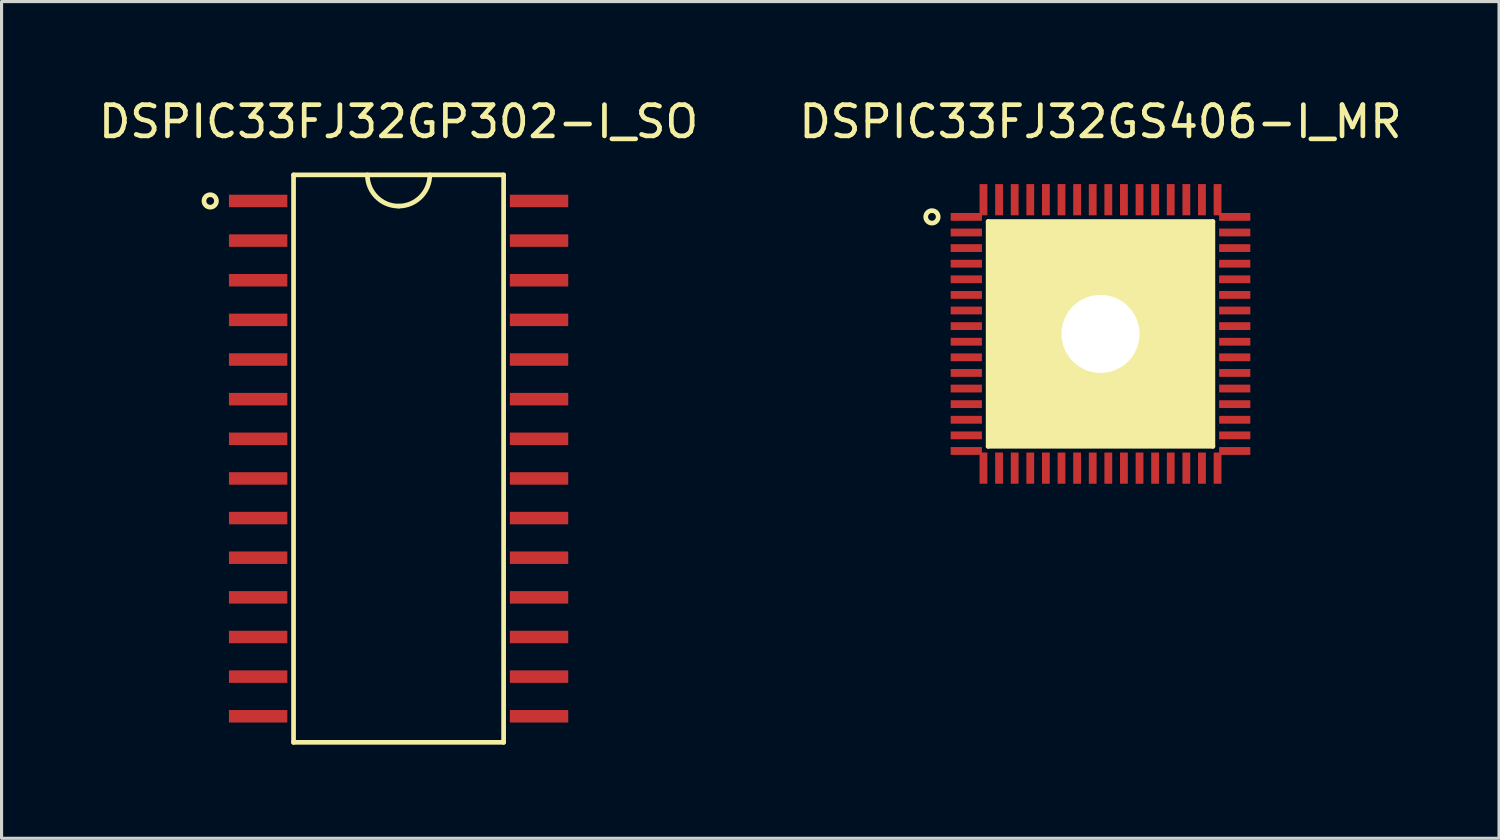
<source format=kicad_pcb>
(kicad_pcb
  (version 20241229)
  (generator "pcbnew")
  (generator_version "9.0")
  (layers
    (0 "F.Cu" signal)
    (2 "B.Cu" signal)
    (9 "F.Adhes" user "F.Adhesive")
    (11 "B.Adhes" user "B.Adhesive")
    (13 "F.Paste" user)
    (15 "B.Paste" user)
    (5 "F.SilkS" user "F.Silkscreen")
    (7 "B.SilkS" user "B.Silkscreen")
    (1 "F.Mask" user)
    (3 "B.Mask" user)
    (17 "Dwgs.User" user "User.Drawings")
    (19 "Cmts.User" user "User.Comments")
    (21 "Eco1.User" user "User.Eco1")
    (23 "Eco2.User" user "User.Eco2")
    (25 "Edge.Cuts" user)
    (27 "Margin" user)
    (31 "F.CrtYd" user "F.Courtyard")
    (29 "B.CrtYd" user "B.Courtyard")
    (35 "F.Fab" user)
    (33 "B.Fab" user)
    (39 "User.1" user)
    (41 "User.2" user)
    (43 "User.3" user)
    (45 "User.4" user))
  (footprint "DSPIC33FJ32GS406-I_MR"
    (layer "F.Cu")
    (at 27.908 3.348)
    (property "Reference" "DSPIC33FJ32GS406-I_MR" (at 4.3 -2.5 0) (layer "F.SilkS") (effects (font (size 1 1) (thickness 0.15))))
    (attr through_hole)
    (fp_line (start 0.7 0.7) (end 0.7 7.9) (stroke (width 0.15) (type solid)) (layer "F.SilkS"))
    (fp_line (start 0.7 0.7) (end 7.9 0.7) (stroke (width 0.15) (type solid)) (layer "F.SilkS"))
    (fp_line (start 0.7 7.9) (end 7.9 7.9) (stroke (width 0.15) (type solid)) (layer "F.SilkS"))
    (fp_line (start 7.9 7.9) (end 7.9 0.7) (stroke (width 0.15) (type solid)) (layer "F.SilkS"))
    (fp_circle (center -1.1 0.55) (end -1.1 0.35) (stroke (width 0.15) (type solid)) (fill no) (layer "F.SilkS"))
    (fp_circle (center 1.7 1.7) (end 1.7 1.2) (stroke (width 0.15) (type solid)) (fill no) (layer "F.SilkS"))
    (pad "1" smd rect (at 0 0.55) (size 1 0.25) (layers "F.Cu" "F.Mask" "F.Paste"))
    (pad "2" smd rect (at 0 1.05) (size 1 0.25) (layers "F.Cu" "F.Mask" "F.Paste"))
    (pad "3" smd rect (at 0 1.55) (size 1 0.25) (layers "F.Cu" "F.Mask" "F.Paste"))
    (pad "4" smd rect (at 0 2.05) (size 1 0.25) (layers "F.Cu" "F.Mask" "F.Paste"))
    (pad "5" smd rect (at 0 2.55) (size 1 0.25) (layers "F.Cu" "F.Mask" "F.Paste"))
    (pad "6" smd rect (at 0 3.05) (size 1 0.25) (layers "F.Cu" "F.Mask" "F.Paste"))
    (pad "7" smd rect (at 0 3.55) (size 1 0.25) (layers "F.Cu" "F.Mask" "F.Paste"))
    (pad "8" smd rect (at 0 4.05) (size 1 0.25) (layers "F.Cu" "F.Mask" "F.Paste"))
    (pad "9" smd rect (at 0 4.55) (size 1 0.25) (layers "F.Cu" "F.Mask" "F.Paste"))
    (pad "10" smd rect (at 0 5.05) (size 1 0.25) (layers "F.Cu" "F.Mask" "F.Paste"))
    (pad "11" smd rect (at 0 5.55) (size 1 0.25) (layers "F.Cu" "F.Mask" "F.Paste"))
    (pad "12" smd rect (at 0 6.05) (size 1 0.25) (layers "F.Cu" "F.Mask" "F.Paste"))
    (pad "13" smd rect (at 0 6.55) (size 1 0.25) (layers "F.Cu" "F.Mask" "F.Paste"))
    (pad "14" smd rect (at 0 7.05) (size 1 0.25) (layers "F.Cu" "F.Mask" "F.Paste"))
    (pad "15" smd rect (at 0 7.55) (size 1 0.25) (layers "F.Cu" "F.Mask" "F.Paste"))
    (pad "16" smd rect (at 0 8.05) (size 1 0.25) (layers "F.Cu" "F.Mask" "F.Paste"))
    (pad "17" smd rect (at 0.55 8.6) (size 0.25 1) (layers "F.Cu" "F.Mask" "F.Paste"))
    (pad "18" smd rect (at 1.05 8.6) (size 0.25 1) (layers "F.Cu" "F.Mask" "F.Paste"))
    (pad "19" smd rect (at 1.55 8.6) (size 0.25 1) (layers "F.Cu" "F.Mask" "F.Paste"))
    (pad "20" smd rect (at 2.05 8.6) (size 0.25 1) (layers "F.Cu" "F.Mask" "F.Paste"))
    (pad "21" smd rect (at 2.55 8.6) (size 0.25 1) (layers "F.Cu" "F.Mask" "F.Paste"))
    (pad "22" smd rect (at 3.05 8.6) (size 0.25 1) (layers "F.Cu" "F.Mask" "F.Paste"))
    (pad "23" smd rect (at 3.55 8.6) (size 0.25 1) (layers "F.Cu" "F.Mask" "F.Paste"))
    (pad "24" smd rect (at 4.05 8.6) (size 0.25 1) (layers "F.Cu" "F.Mask" "F.Paste"))
    (pad "25" smd rect (at 4.55 8.6) (size 0.25 1) (layers "F.Cu" "F.Mask" "F.Paste"))
    (pad "26" smd rect (at 5.05 8.6) (size 0.25 1) (layers "F.Cu" "F.Mask" "F.Paste"))
    (pad "27" smd rect (at 5.55 8.6) (size 0.25 1) (layers "F.Cu" "F.Mask" "F.Paste"))
    (pad "28" smd rect (at 6.05 8.6) (size 0.25 1) (layers "F.Cu" "F.Mask" "F.Paste"))
    (pad "29" smd rect (at 6.55 8.6) (size 0.25 1) (layers "F.Cu" "F.Mask" "F.Paste"))
    (pad "30" smd rect (at 7.05 8.6) (size 0.25 1) (layers "F.Cu" "F.Mask" "F.Paste"))
    (pad "31" smd rect (at 7.55 8.6) (size 0.25 1) (layers "F.Cu" "F.Mask" "F.Paste"))
    (pad "32" smd rect (at 8.05 8.6) (size 0.25 1) (layers "F.Cu" "F.Mask" "F.Paste"))
    (pad "33" smd rect (at 8.6 8.05) (size 1 0.25) (layers "F.Cu" "F.Mask" "F.Paste"))
    (pad "34" smd rect (at 8.6 7.55) (size 1 0.25) (layers "F.Cu" "F.Mask" "F.Paste"))
    (pad "35" smd rect (at 8.6 7.05) (size 1 0.25) (layers "F.Cu" "F.Mask" "F.Paste"))
    (pad "36" smd rect (at 8.6 6.55) (size 1 0.25) (layers "F.Cu" "F.Mask" "F.Paste"))
    (pad "37" smd rect (at 8.6 6.05) (size 1 0.25) (layers "F.Cu" "F.Mask" "F.Paste"))
    (pad "38" smd rect (at 8.6 5.55) (size 1 0.25) (layers "F.Cu" "F.Mask" "F.Paste"))
    (pad "39" smd rect (at 8.6 5.05) (size 1 0.25) (layers "F.Cu" "F.Mask" "F.Paste"))
    (pad "40" smd rect (at 8.6 4.55) (size 1 0.25) (layers "F.Cu" "F.Mask" "F.Paste"))
    (pad "41" smd rect (at 8.6 4.05) (size 1 0.25) (layers "F.Cu" "F.Mask" "F.Paste"))
    (pad "42" smd rect (at 8.6 3.55) (size 1 0.25) (layers "F.Cu" "F.Mask" "F.Paste"))
    (pad "43" smd rect (at 8.6 3.05) (size 1 0.25) (layers "F.Cu" "F.Mask" "F.Paste"))
    (pad "44" smd rect (at 8.6 2.55) (size 1 0.25) (layers "F.Cu" "F.Mask" "F.Paste"))
    (pad "45" smd rect (at 8.6 2.05) (size 1 0.25) (layers "F.Cu" "F.Mask" "F.Paste"))
    (pad "46" smd rect (at 8.6 1.55) (size 1 0.25) (layers "F.Cu" "F.Mask" "F.Paste"))
    (pad "47" smd rect (at 8.6 1.05) (size 1 0.25) (layers "F.Cu" "F.Mask" "F.Paste"))
    (pad "48" smd rect (at 8.6 0.55) (size 1 0.25) (layers "F.Cu" "F.Mask" "F.Paste"))
    (pad "49" smd rect (at 8.05 0) (size 0.25 1) (layers "F.Cu" "F.Mask" "F.Paste"))
    (pad "50" smd rect (at 7.55 0) (size 0.25 1) (layers "F.Cu" "F.Mask" "F.Paste"))
    (pad "51" smd rect (at 7.05 0) (size 0.25 1) (layers "F.Cu" "F.Mask" "F.Paste"))
    (pad "52" smd rect (at 6.55 0) (size 0.25 1) (layers "F.Cu" "F.Mask" "F.Paste"))
    (pad "53" smd rect (at 6.05 0) (size 0.25 1) (layers "F.Cu" "F.Mask" "F.Paste"))
    (pad "54" smd rect (at 5.55 0) (size 0.25 1) (layers "F.Cu" "F.Mask" "F.Paste"))
    (pad "55" smd rect (at 5.05 0) (size 0.25 1) (layers "F.Cu" "F.Mask" "F.Paste"))
    (pad "56" smd rect (at 4.55 0) (size 0.25 1) (layers "F.Cu" "F.Mask" "F.Paste"))
    (pad "57" smd rect (at 4.05 0) (size 0.25 1) (layers "F.Cu" "F.Mask" "F.Paste"))
    (pad "58" smd rect (at 3.55 0) (size 0.25 1) (layers "F.Cu" "F.Mask" "F.Paste"))
    (pad "59" smd rect (at 3.05 0) (size 0.25 1) (layers "F.Cu" "F.Mask" "F.Paste"))
    (pad "60" smd rect (at 2.55 0) (size 0.25 1) (layers "F.Cu" "F.Mask" "F.Paste"))
    (pad "61" smd rect (at 2.05 0) (size 0.25 1) (layers "F.Cu" "F.Mask" "F.Paste"))
    (pad "62" smd rect (at 1.55 0) (size 0.25 1) (layers "F.Cu" "F.Mask" "F.Paste"))
    (pad "63" smd rect (at 1.05 0) (size 0.25 1) (layers "F.Cu" "F.Mask" "F.Paste"))
    (pad "64" smd rect (at 0.55 0) (size 0.25 1) (layers "F.Cu" "F.Mask" "F.Paste"))
    (pad "999" thru_hole rect (at 4.3 4.3) (size 7.15 7.15) (drill 2.5) (layers "*.Cu" "*.Mask" "F.SilkS")))
  (footprint "DSPIC33FJ32GP302-I_SO"
    (layer "F.Cu")
    (at 5.22 3.388)
    (property "Reference" "DSPIC33FJ32GP302-I_SO" (at 4.5 -2.54 0) (layer "F.SilkS") (effects (font (size 1 1) (thickness 0.15))))
    (attr through_hole)
    (fp_line (start 1.135 -0.835) (end 7.865 -0.835) (stroke (width 0.15) (type solid)) (layer "F.SilkS"))
    (fp_line (start 1.135 17.345) (end 1.135 -0.835) (stroke (width 0.15) (type solid)) (layer "F.SilkS"))
    (fp_line (start 7.865 -0.835) (end 7.865 17.345) (stroke (width 0.15) (type solid)) (layer "F.SilkS"))
    (fp_line (start 7.865 17.345) (end 1.135 17.345) (stroke (width 0.15) (type solid)) (layer "F.SilkS"))
    (fp_arc (start 4.5 0.165) (mid 3.792893 -0.127893) (end 3.5 -0.835) (stroke (width 0.15) (type solid)) (layer "F.SilkS"))
    (fp_arc (start 5.5 -0.835) (mid 5.207107 -0.127893) (end 4.5 0.165) (stroke (width 0.15) (type solid)) (layer "F.SilkS"))
    (fp_circle (center -1.535 0) (end -1.535 0.2) (stroke (width 0.15) (type solid)) (fill no) (layer "F.SilkS"))
    (pad "1" smd rect (at 0 0) (size 1.87 0.4) (layers "F.Cu" "F.Mask" "F.Paste"))
    (pad "2" smd rect (at 0 1.27) (size 1.87 0.4) (layers "F.Cu" "F.Mask" "F.Paste"))
    (pad "3" smd rect (at 0 2.54) (size 1.87 0.4) (layers "F.Cu" "F.Mask" "F.Paste"))
    (pad "4" smd rect (at 0 3.81) (size 1.87 0.4) (layers "F.Cu" "F.Mask" "F.Paste"))
    (pad "5" smd rect (at 0 5.08) (size 1.87 0.4) (layers "F.Cu" "F.Mask" "F.Paste"))
    (pad "6" smd rect (at 0 6.35) (size 1.87 0.4) (layers "F.Cu" "F.Mask" "F.Paste"))
    (pad "7" smd rect (at 0 7.62) (size 1.87 0.4) (layers "F.Cu" "F.Mask" "F.Paste"))
    (pad "8" smd rect (at 0 8.89) (size 1.87 0.4) (layers "F.Cu" "F.Mask" "F.Paste"))
    (pad "9" smd rect (at 0 10.16) (size 1.87 0.4) (layers "F.Cu" "F.Mask" "F.Paste"))
    (pad "10" smd rect (at 0 11.43) (size 1.87 0.4) (layers "F.Cu" "F.Mask" "F.Paste"))
    (pad "11" smd rect (at 0 12.7) (size 1.87 0.4) (layers "F.Cu" "F.Mask" "F.Paste"))
    (pad "12" smd rect (at 0 13.97) (size 1.87 0.4) (layers "F.Cu" "F.Mask" "F.Paste"))
    (pad "13" smd rect (at 0 15.24) (size 1.87 0.4) (layers "F.Cu" "F.Mask" "F.Paste"))
    (pad "14" smd rect (at 0 16.51) (size 1.87 0.4) (layers "F.Cu" "F.Mask" "F.Paste"))
    (pad "15" smd rect (at 9 16.51) (size 1.87 0.4) (layers "F.Cu" "F.Mask" "F.Paste"))
    (pad "16" smd rect (at 9 15.24) (size 1.87 0.4) (layers "F.Cu" "F.Mask" "F.Paste"))
    (pad "17" smd rect (at 9 13.97) (size 1.87 0.4) (layers "F.Cu" "F.Mask" "F.Paste"))
    (pad "18" smd rect (at 9 12.7) (size 1.87 0.4) (layers "F.Cu" "F.Mask" "F.Paste"))
    (pad "19" smd rect (at 9 11.43) (size 1.87 0.4) (layers "F.Cu" "F.Mask" "F.Paste"))
    (pad "20" smd rect (at 9 10.16) (size 1.87 0.4) (layers "F.Cu" "F.Mask" "F.Paste"))
    (pad "21" smd rect (at 9 8.89) (size 1.87 0.4) (layers "F.Cu" "F.Mask" "F.Paste"))
    (pad "22" smd rect (at 9 7.62) (size 1.87 0.4) (layers "F.Cu" "F.Mask" "F.Paste"))
    (pad "23" smd rect (at 9 6.35) (size 1.87 0.4) (layers "F.Cu" "F.Mask" "F.Paste"))
    (pad "24" smd rect (at 9 5.08) (size 1.87 0.4) (layers "F.Cu" "F.Mask" "F.Paste"))
    (pad "25" smd rect (at 9 3.81) (size 1.87 0.4) (layers "F.Cu" "F.Mask" "F.Paste"))
    (pad "26" smd rect (at 9 2.54) (size 1.87 0.4) (layers "F.Cu" "F.Mask" "F.Paste"))
    (pad "27" smd rect (at 9 1.27) (size 1.87 0.4) (layers "F.Cu" "F.Mask" "F.Paste"))
    (pad "28" smd rect (at 9 0) (size 1.87 0.4) (layers "F.Cu" "F.Mask" "F.Paste")))
  (gr_rect
    (start -3 -3)
    (end 44.976 23.808)
    (stroke (width 0.1) (type default))
    (fill no)
    (layer "Edge.Cuts")))
</source>
